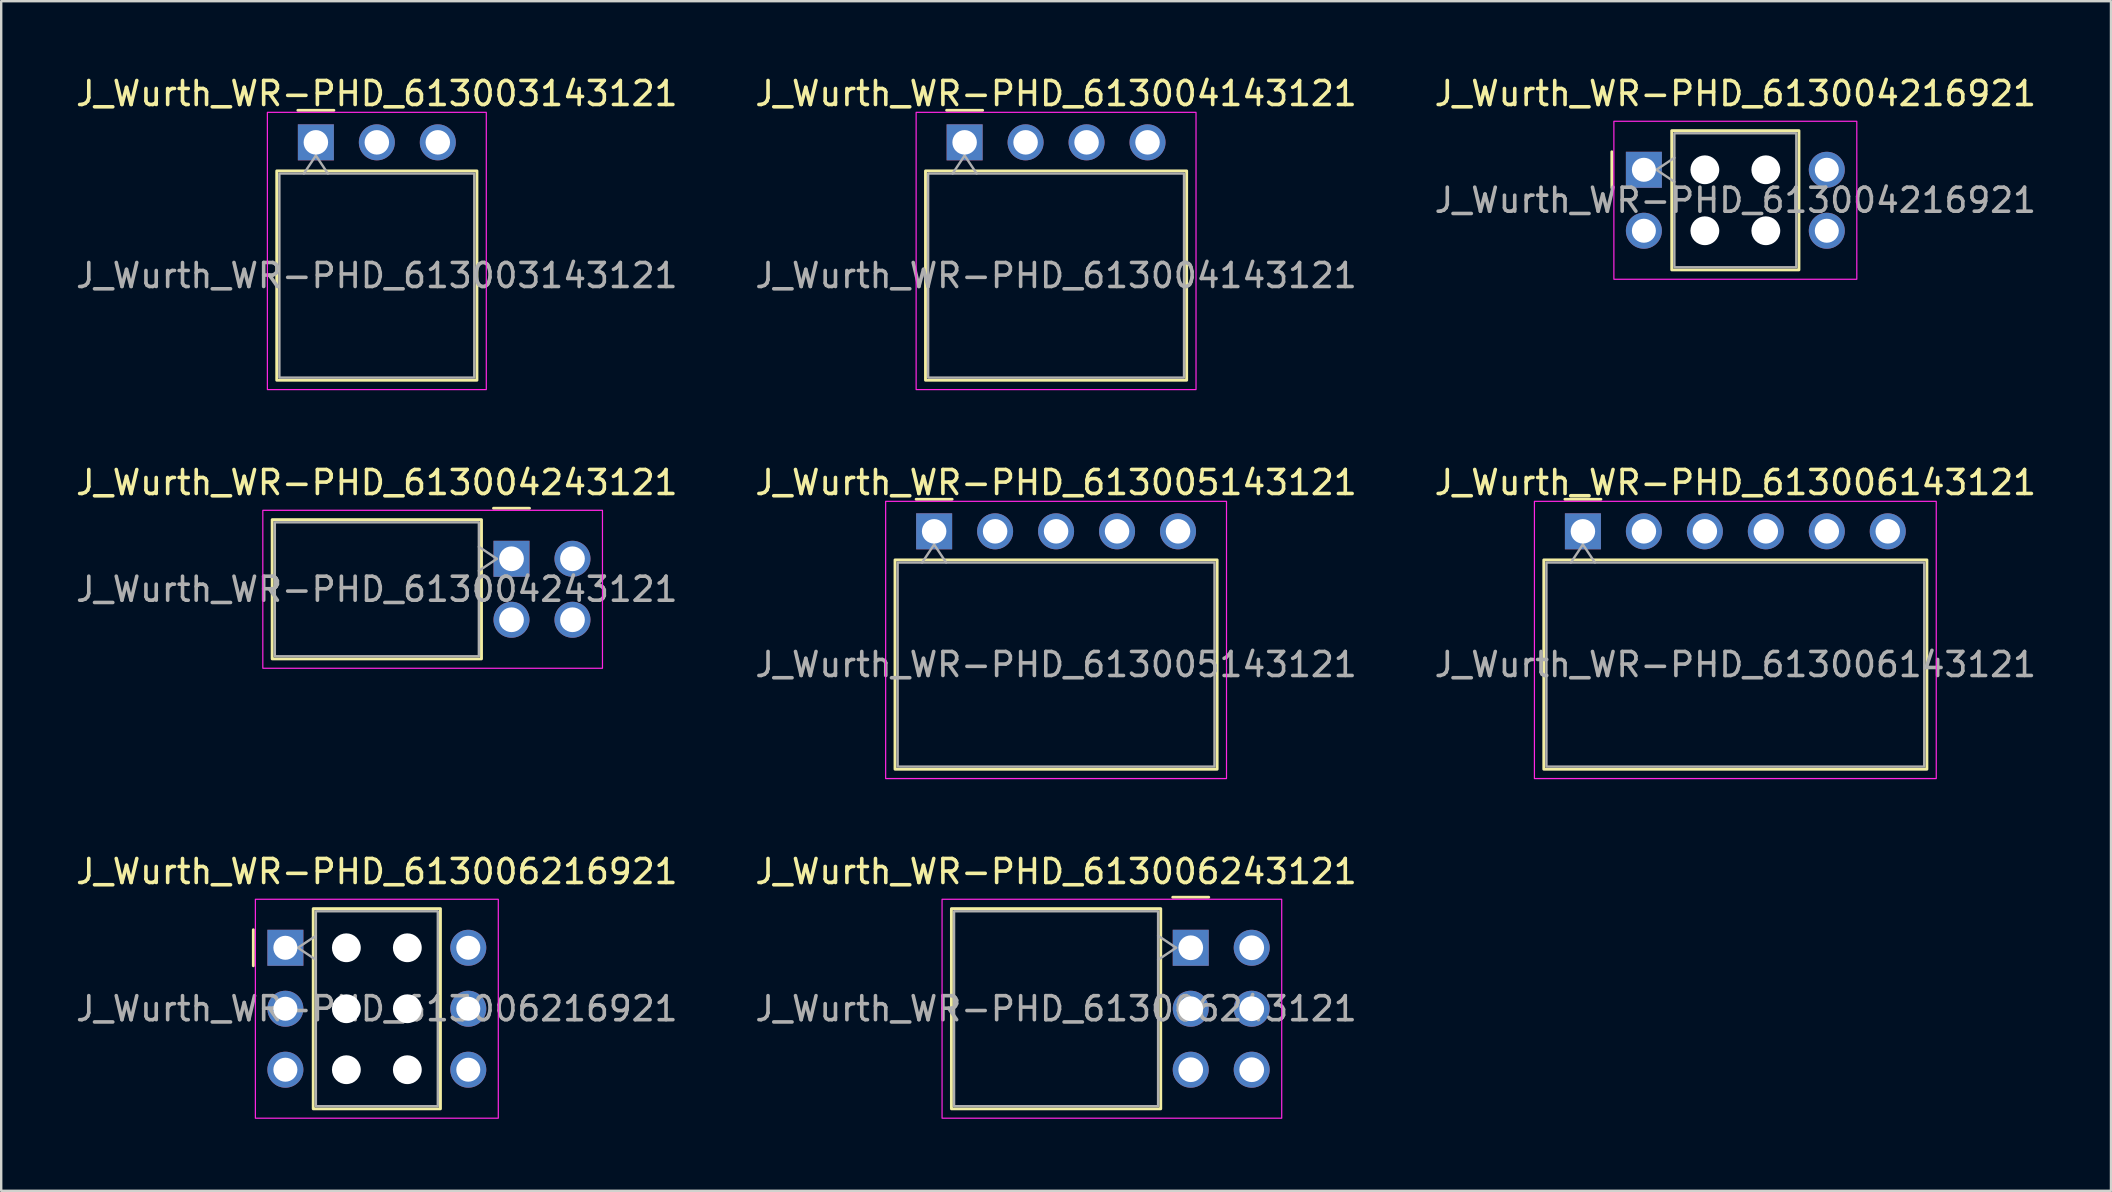
<source format=kicad_pcb>
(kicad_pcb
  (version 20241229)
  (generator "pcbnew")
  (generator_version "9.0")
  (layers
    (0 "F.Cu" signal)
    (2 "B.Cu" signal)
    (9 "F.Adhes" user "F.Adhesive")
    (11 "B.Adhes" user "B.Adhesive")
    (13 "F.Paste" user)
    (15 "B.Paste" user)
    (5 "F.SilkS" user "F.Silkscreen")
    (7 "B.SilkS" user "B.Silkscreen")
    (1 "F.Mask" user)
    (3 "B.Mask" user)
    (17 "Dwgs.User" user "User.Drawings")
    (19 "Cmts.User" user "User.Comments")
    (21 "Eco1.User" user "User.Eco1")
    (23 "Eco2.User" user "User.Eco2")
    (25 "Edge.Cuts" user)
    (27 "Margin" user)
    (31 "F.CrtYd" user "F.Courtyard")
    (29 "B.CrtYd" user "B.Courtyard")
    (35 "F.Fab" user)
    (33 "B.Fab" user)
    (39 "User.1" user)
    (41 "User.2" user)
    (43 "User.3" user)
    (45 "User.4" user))
  (footprint "J_Wurth_WR-PHD_613005143121"
    (layer "F.Cu")
    (at 35.866 19.085)
    (property "Reference" "J_Wurth_WR-PHD_613005143121" (at 5.08 -2.032 0) (unlocked yes) (layer "F.SilkS") (effects (font (size 1 1) (thickness 0.15))))
    (attr through_hole)
    (fp_line (start -0.75 -1.335) (end 0.75 -1.335) (stroke (width 0.12) (type solid)) (layer "F.SilkS"))
    (fp_rect (start -1.63 1.19) (end 11.79 9.91) (stroke (width 0.12) (type solid)) (fill no) (layer "F.SilkS"))
    (fp_rect (start -2.02 -1.25) (end 12.18 10.3) (stroke (width 0.05) (type solid)) (fill no) (layer "F.CrtYd"))
    (fp_line (start 0 0.55) (end -0.5 1.3) (stroke (width 0.1) (type solid)) (layer "F.Fab"))
    (fp_line (start 0 0.55) (end 0.5 1.3) (stroke (width 0.1) (type solid)) (layer "F.Fab"))
    (fp_rect (start -1.52 1.3) (end 11.68 9.8) (stroke (width 0.1) (type solid)) (fill no) (layer "F.Fab"))
    (fp_text user "${REFERENCE}" (at 5.08 5.55 0) (unlocked yes) (layer "F.Fab") (effects (font (size 1 1) (thickness 0.15))))
    (pad "1" thru_hole rect (at 0 0) (size 1.5 1.5) (drill 1.02) (layers "*.Cu" "*.Mask"))
    (pad "2" thru_hole circle (at 2.54 0) (size 1.5 1.5) (drill 1.02) (layers "*.Cu" "*.Mask"))
    (pad "3" thru_hole circle (at 5.08 0) (size 1.5 1.5) (drill 1.02) (layers "*.Cu" "*.Mask"))
    (pad "4" thru_hole circle (at 7.62 0) (size 1.5 1.5) (drill 1.02) (layers "*.Cu" "*.Mask"))
    (pad "5" thru_hole circle (at 10.16 0) (size 1.5 1.5) (drill 1.02) (layers "*.Cu" "*.Mask")))
  (footprint "J_Wurth_WR-PHD_613004216921"
    (layer "F.Cu")
    (at 65.434 4.023)
    (property "Reference" "J_Wurth_WR-PHD_613004216921" (at 3.81 -3.175 0) (unlocked yes) (layer "F.SilkS") (effects (font (size 1 1) (thickness 0.15))))
    (attr through_hole)
    (fp_line (start -1.335 -0.75) (end -1.335 0.75) (stroke (width 0.12) (type solid)) (layer "F.SilkS"))
    (fp_rect (start 1.16 -1.63) (end 6.46 4.17) (stroke (width 0.12) (type solid)) (fill no) (layer "F.SilkS"))
    (fp_rect (start -1.25 -2.02) (end 8.87 4.56) (stroke (width 0.05) (type solid)) (fill no) (layer "F.CrtYd"))
    (fp_line (start 0.52 0) (end 1.27 -0.5) (stroke (width 0.1) (type solid)) (layer "F.Fab"))
    (fp_line (start 0.52 0) (end 1.27 0.5) (stroke (width 0.1) (type solid)) (layer "F.Fab"))
    (fp_rect (start 1.27 -1.52) (end 6.35 4.06) (stroke (width 0.1) (type solid)) (fill no) (layer "F.Fab"))
    (fp_text user "${REFERENCE}" (at 3.81 1.27 0) (unlocked yes) (layer "F.Fab") (effects (font (size 1 1) (thickness 0.15))))
    (pad "" np_thru_hole circle (at 2.54 0 270) (size 1.2 1.2) (drill 1.2) (layers "*.Cu" "*.Mask"))
    (pad "" np_thru_hole circle (at 2.54 2.54 270) (size 1.2 1.2) (drill 1.2) (layers "*.Cu" "*.Mask"))
    (pad "" np_thru_hole circle (at 5.08 0 270) (size 1.2 1.2) (drill 1.2) (layers "*.Cu" "*.Mask"))
    (pad "" np_thru_hole circle (at 5.08 2.54 270) (size 1.2 1.2) (drill 1.2) (layers "*.Cu" "*.Mask"))
    (pad "1" thru_hole rect (at 0 0 270) (size 1.5 1.5) (drill 1) (layers "*.Cu" "*.Mask"))
    (pad "2" thru_hole circle (at 7.62 0 270) (size 1.5 1.5) (drill 1) (layers "*.Cu" "*.Mask"))
    (pad "3" thru_hole circle (at 0 2.54 270) (size 1.5 1.5) (drill 1) (layers "*.Cu" "*.Mask"))
    (pad "4" thru_hole circle (at 7.62 2.54 270) (size 1.5 1.5) (drill 1) (layers "*.Cu" "*.Mask")))
  (footprint "J_Wurth_WR-PHD_613006243121"
    (layer "F.Cu")
    (at 46.556 36.434)
    (property "Reference" "J_Wurth_WR-PHD_613006243121" (at -5.61 -3.175 0) (unlocked yes) (layer "F.SilkS") (effects (font (size 1 1) (thickness 0.15))))
    (attr through_hole)
    (fp_line (start -0.75 -2.105) (end 0.75 -2.105) (stroke (width 0.12) (type solid)) (layer "F.SilkS"))
    (fp_rect (start -9.97 -1.63) (end -1.25 6.71) (stroke (width 0.12) (type solid)) (fill no) (layer "F.SilkS"))
    (fp_rect (start -10.36 -2.02) (end 3.79 7.1) (stroke (width 0.05) (type solid)) (fill no) (layer "F.CrtYd"))
    (fp_line (start -0.61 0) (end -1.36 -0.5) (stroke (width 0.1) (type solid)) (layer "F.Fab"))
    (fp_line (start -0.61 0) (end -1.36 0.5) (stroke (width 0.1) (type solid)) (layer "F.Fab"))
    (fp_rect (start -9.86 -1.52) (end -1.36 6.6) (stroke (width 0.1) (type solid)) (fill no) (layer "F.Fab"))
    (fp_text user "${REFERENCE}" (at -5.61 2.54 0) (unlocked yes) (layer "F.Fab") (effects (font (size 1 1) (thickness 0.15))))
    (pad "1" thru_hole rect (at 0 0 270) (size 1.5 1.5) (drill 1.03) (layers "*.Cu" "*.Mask"))
    (pad "2" thru_hole circle (at 2.54 0 270) (size 1.5 1.5) (drill 1.03) (layers "*.Cu" "*.Mask"))
    (pad "3" thru_hole circle (at 0 2.54 270) (size 1.5 1.5) (drill 1.03) (layers "*.Cu" "*.Mask"))
    (pad "4" thru_hole circle (at 2.54 2.54 270) (size 1.5 1.5) (drill 1.03) (layers "*.Cu" "*.Mask"))
    (pad "5" thru_hole circle (at 0 5.08 270) (size 1.5 1.5) (drill 1.03) (layers "*.Cu" "*.Mask"))
    (pad "6" thru_hole circle (at 2.54 5.08 270) (size 1.5 1.5) (drill 1.03) (layers "*.Cu" "*.Mask")))
  (footprint "J_Wurth_WR-PHD_613006216921"
    (layer "F.Cu")
    (at 8.839 36.434)
    (property "Reference" "J_Wurth_WR-PHD_613006216921" (at 3.81 -3.175 0) (unlocked yes) (layer "F.SilkS") (effects (font (size 1 1) (thickness 0.15))))
    (attr through_hole)
    (fp_line (start -1.335 -0.75) (end -1.335 0.75) (stroke (width 0.12) (type solid)) (layer "F.SilkS"))
    (fp_rect (start 1.16 -1.63) (end 6.46 6.71) (stroke (width 0.12) (type solid)) (fill no) (layer "F.SilkS"))
    (fp_rect (start -1.25 -2.02) (end 8.87 7.1) (stroke (width 0.05) (type solid)) (fill no) (layer "F.CrtYd"))
    (fp_line (start 0.52 0) (end 1.27 -0.5) (stroke (width 0.1) (type solid)) (layer "F.Fab"))
    (fp_line (start 0.52 0) (end 1.27 0.5) (stroke (width 0.1) (type solid)) (layer "F.Fab"))
    (fp_rect (start 1.27 -1.52) (end 6.35 6.6) (stroke (width 0.1) (type solid)) (fill no) (layer "F.Fab"))
    (fp_text user "${REFERENCE}" (at 3.81 2.54 0) (unlocked yes) (layer "F.Fab") (effects (font (size 1 1) (thickness 0.15))))
    (pad "" np_thru_hole circle (at 2.54 0 270) (size 1.2 1.2) (drill 1.2) (layers "*.Cu" "*.Mask"))
    (pad "" np_thru_hole circle (at 2.54 2.54 270) (size 1.2 1.2) (drill 1.2) (layers "*.Cu" "*.Mask"))
    (pad "" np_thru_hole circle (at 2.54 5.08 270) (size 1.2 1.2) (drill 1.2) (layers "*.Cu" "*.Mask"))
    (pad "" np_thru_hole circle (at 5.08 0 270) (size 1.2 1.2) (drill 1.2) (layers "*.Cu" "*.Mask"))
    (pad "" np_thru_hole circle (at 5.08 2.54 270) (size 1.2 1.2) (drill 1.2) (layers "*.Cu" "*.Mask"))
    (pad "" np_thru_hole circle (at 5.08 5.08 270) (size 1.2 1.2) (drill 1.2) (layers "*.Cu" "*.Mask"))
    (pad "1" thru_hole rect (at 0 0 270) (size 1.5 1.5) (drill 1) (layers "*.Cu" "*.Mask"))
    (pad "2" thru_hole circle (at 7.62 0 270) (size 1.5 1.5) (drill 1) (layers "*.Cu" "*.Mask"))
    (pad "3" thru_hole circle (at 0 2.54 270) (size 1.5 1.5) (drill 1) (layers "*.Cu" "*.Mask"))
    (pad "4" thru_hole circle (at 7.62 2.54 270) (size 1.5 1.5) (drill 1) (layers "*.Cu" "*.Mask"))
    (pad "5" thru_hole circle (at 0 5.08 270) (size 1.5 1.5) (drill 1) (layers "*.Cu" "*.Mask"))
    (pad "6" thru_hole circle (at 7.62 5.08 270) (size 1.5 1.5) (drill 1) (layers "*.Cu" "*.Mask")))
  (footprint "J_Wurth_WR-PHD_613006143121"
    (layer "F.Cu")
    (at 62.894 19.085)
    (property "Reference" "J_Wurth_WR-PHD_613006143121" (at 6.35 -2.032 0) (unlocked yes) (layer "F.SilkS") (effects (font (size 1 1) (thickness 0.15))))
    (attr through_hole)
    (fp_line (start -0.75 -1.335) (end 0.75 -1.335) (stroke (width 0.12) (type solid)) (layer "F.SilkS"))
    (fp_rect (start -1.63 1.19) (end 14.33 9.91) (stroke (width 0.12) (type solid)) (fill no) (layer "F.SilkS"))
    (fp_rect (start -2.02 -1.25) (end 14.72 10.3) (stroke (width 0.05) (type solid)) (fill no) (layer "F.CrtYd"))
    (fp_line (start 0 0.55) (end -0.5 1.3) (stroke (width 0.1) (type solid)) (layer "F.Fab"))
    (fp_line (start 0 0.55) (end 0.5 1.3) (stroke (width 0.1) (type solid)) (layer "F.Fab"))
    (fp_rect (start -1.52 1.3) (end 14.22 9.8) (stroke (width 0.1) (type solid)) (fill no) (layer "F.Fab"))
    (fp_text user "${REFERENCE}" (at 6.35 5.55 0) (unlocked yes) (layer "F.Fab") (effects (font (size 1 1) (thickness 0.15))))
    (pad "1" thru_hole rect (at 0 0) (size 1.5 1.5) (drill 1.02) (layers "*.Cu" "*.Mask"))
    (pad "2" thru_hole circle (at 2.54 0) (size 1.5 1.5) (drill 1.02) (layers "*.Cu" "*.Mask"))
    (pad "3" thru_hole circle (at 5.08 0) (size 1.5 1.5) (drill 1.02) (layers "*.Cu" "*.Mask"))
    (pad "4" thru_hole circle (at 7.62 0) (size 1.5 1.5) (drill 1.02) (layers "*.Cu" "*.Mask"))
    (pad "5" thru_hole circle (at 10.16 0) (size 1.5 1.5) (drill 1.02) (layers "*.Cu" "*.Mask"))
    (pad "6" thru_hole circle (at 12.7 0) (size 1.5 1.5) (drill 1.02) (layers "*.Cu" "*.Mask")))
  (footprint "J_Wurth_WR-PHD_613003143121"
    (layer "F.Cu")
    (at 10.109 2.88)
    (property "Reference" "J_Wurth_WR-PHD_613003143121" (at 2.54 -2.032 0) (unlocked yes) (layer "F.SilkS") (effects (font (size 1 1) (thickness 0.15))))
    (attr through_hole)
    (fp_line (start -0.75 -1.335) (end 0.75 -1.335) (stroke (width 0.12) (type solid)) (layer "F.SilkS"))
    (fp_rect (start -1.63 1.19) (end 6.71 9.91) (stroke (width 0.12) (type solid)) (fill no) (layer "F.SilkS"))
    (fp_rect (start -2.02 -1.25) (end 7.1 10.3) (stroke (width 0.05) (type solid)) (fill no) (layer "F.CrtYd"))
    (fp_line (start 0 0.55) (end -0.5 1.3) (stroke (width 0.1) (type solid)) (layer "F.Fab"))
    (fp_line (start 0 0.55) (end 0.5 1.3) (stroke (width 0.1) (type solid)) (layer "F.Fab"))
    (fp_rect (start -1.52 1.3) (end 6.6 9.8) (stroke (width 0.1) (type solid)) (fill no) (layer "F.Fab"))
    (fp_text user "${REFERENCE}" (at 2.54 5.55 0) (unlocked yes) (layer "F.Fab") (effects (font (size 1 1) (thickness 0.15))))
    (pad "1" thru_hole rect (at 0 0) (size 1.5 1.5) (drill 1.02) (layers "*.Cu" "*.Mask"))
    (pad "2" thru_hole circle (at 2.54 0) (size 1.5 1.5) (drill 1.02) (layers "*.Cu" "*.Mask"))
    (pad "3" thru_hole circle (at 5.08 0) (size 1.5 1.5) (drill 1.02) (layers "*.Cu" "*.Mask")))
  (footprint "J_Wurth_WR-PHD_613004243121"
    (layer "F.Cu")
    (at 18.259 20.229)
    (property "Reference" "J_Wurth_WR-PHD_613004243121" (at -5.61 -3.175 0) (unlocked yes) (layer "F.SilkS") (effects (font (size 1 1) (thickness 0.15))))
    (attr through_hole)
    (fp_line (start -0.75 -2.105) (end 0.75 -2.105) (stroke (width 0.12) (type solid)) (layer "F.SilkS"))
    (fp_rect (start -9.97 -1.63) (end -1.25 4.17) (stroke (width 0.12) (type solid)) (fill no) (layer "F.SilkS"))
    (fp_rect (start -10.36 -2.02) (end 3.79 4.56) (stroke (width 0.05) (type solid)) (fill no) (layer "F.CrtYd"))
    (fp_line (start -0.61 0) (end -1.36 -0.5) (stroke (width 0.1) (type solid)) (layer "F.Fab"))
    (fp_line (start -0.61 0) (end -1.36 0.5) (stroke (width 0.1) (type solid)) (layer "F.Fab"))
    (fp_rect (start -9.86 -1.52) (end -1.36 4.06) (stroke (width 0.1) (type solid)) (fill no) (layer "F.Fab"))
    (fp_text user "${REFERENCE}" (at -5.61 1.27 0) (unlocked yes) (layer "F.Fab") (effects (font (size 1 1) (thickness 0.15))))
    (pad "1" thru_hole rect (at 0 0 270) (size 1.5 1.5) (drill 1.03) (layers "*.Cu" "*.Mask"))
    (pad "2" thru_hole circle (at 2.54 0 270) (size 1.5 1.5) (drill 1.03) (layers "*.Cu" "*.Mask"))
    (pad "3" thru_hole circle (at 0 2.54 270) (size 1.5 1.5) (drill 1.03) (layers "*.Cu" "*.Mask"))
    (pad "4" thru_hole circle (at 2.54 2.54 270) (size 1.5 1.5) (drill 1.03) (layers "*.Cu" "*.Mask")))
  (footprint "J_Wurth_WR-PHD_613004143121"
    (layer "F.Cu")
    (at 37.136 2.88)
    (property "Reference" "J_Wurth_WR-PHD_613004143121" (at 3.81 -2.032 0) (unlocked yes) (layer "F.SilkS") (effects (font (size 1 1) (thickness 0.15))))
    (attr through_hole)
    (fp_line (start -0.75 -1.335) (end 0.75 -1.335) (stroke (width 0.12) (type solid)) (layer "F.SilkS"))
    (fp_rect (start -1.63 1.19) (end 9.25 9.91) (stroke (width 0.12) (type solid)) (fill no) (layer "F.SilkS"))
    (fp_rect (start -2.02 -1.25) (end 9.64 10.3) (stroke (width 0.05) (type solid)) (fill no) (layer "F.CrtYd"))
    (fp_line (start 0 0.55) (end -0.5 1.3) (stroke (width 0.1) (type solid)) (layer "F.Fab"))
    (fp_line (start 0 0.55) (end 0.5 1.3) (stroke (width 0.1) (type solid)) (layer "F.Fab"))
    (fp_rect (start -1.52 1.3) (end 9.14 9.8) (stroke (width 0.1) (type solid)) (fill no) (layer "F.Fab"))
    (fp_text user "${REFERENCE}" (at 3.81 5.55 0) (unlocked yes) (layer "F.Fab") (effects (font (size 1 1) (thickness 0.15))))
    (pad "1" thru_hole rect (at 0 0) (size 1.5 1.5) (drill 1.02) (layers "*.Cu" "*.Mask"))
    (pad "2" thru_hole circle (at 2.54 0) (size 1.5 1.5) (drill 1.02) (layers "*.Cu" "*.Mask"))
    (pad "3" thru_hole circle (at 5.08 0) (size 1.5 1.5) (drill 1.02) (layers "*.Cu" "*.Mask"))
    (pad "4" thru_hole circle (at 7.62 0) (size 1.5 1.5) (drill 1.02) (layers "*.Cu" "*.Mask")))
  (gr_rect
    (start -3 -3)
    (end 84.893 46.559)
    (stroke (width 0.1) (type default))
    (fill no)
    (layer "Edge.Cuts")))
</source>
